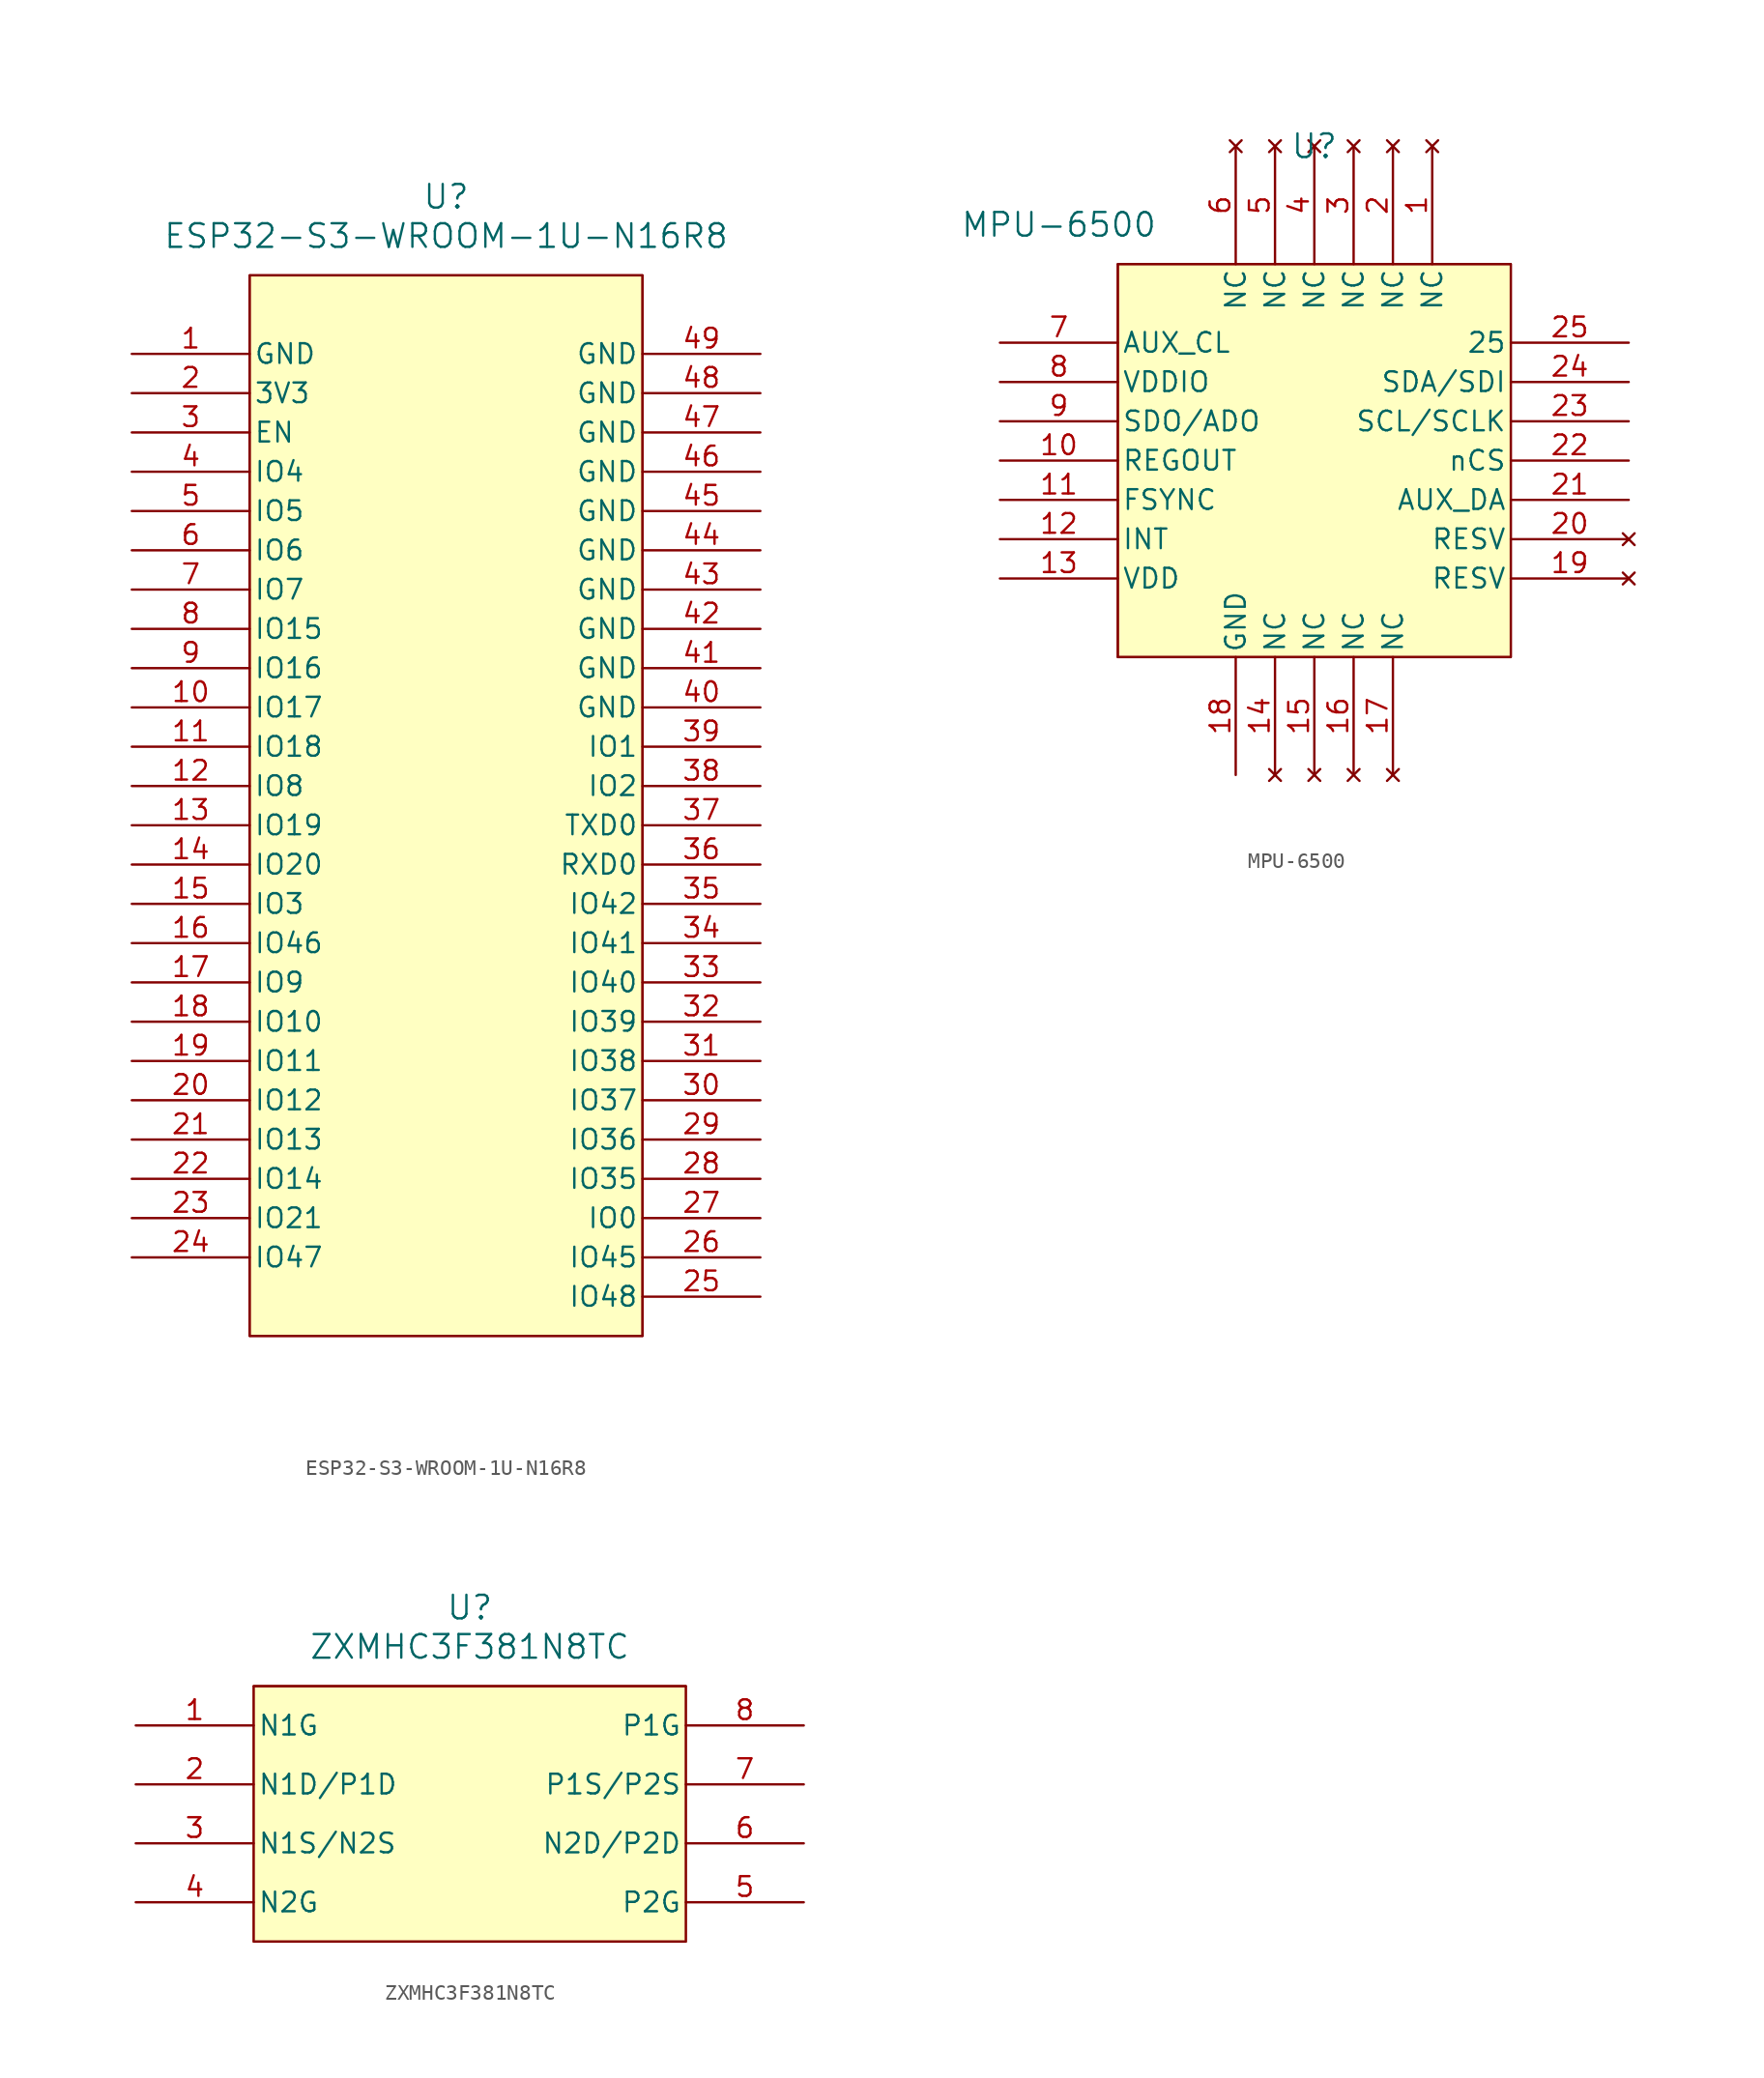
<source format=kicad_sym>
(kicad_symbol_lib
  (version 20220914)
  (generator kicad_symbol_editor)
  (symbol "ESP32-S3-WROOM-1U-N16R8"
    (pin_names
      (offset 0.254))
    (property "Reference" "U"
      (at 20.32 10.16 0)
      (effects (font (size 1.524 1.524))))
    (property "Value" "ESP32-S3-WROOM-1U-N16R8"
      (at 20.32 7.62 0)
      (effects (font (size 1.524 1.524))))
    (property "ki_locked" ""
      (at 0 0 0)
      (effects (font (size 1.27 1.27))))
    (symbol "ESP32-S3-WROOM-1U-N16R8_0_1"
      (polyline (pts (xy 7.62 -63.5) (xy 33.02 -63.5)) (stroke (width 0.127) (type default)) (fill (type none)))
      (polyline (pts (xy 7.62 5.08) (xy 7.62 -63.5)) (stroke (width 0.127) (type default)) (fill (type none)))
      (polyline (pts (xy 33.02 -63.5) (xy 33.02 5.08)) (stroke (width 0.127) (type default)) (fill (type none)))
      (polyline (pts (xy 33.02 5.08) (xy 7.62 5.08)) (stroke (width 0.127) (type default)) (fill (type none)))
      (pin power_out line (at 0 0 0) (length 7.62) (name "GND" (effects (font (size 1.27 1.27)))) (number "1" (effects (font (size 1.27 1.27)))))
      (pin bidirectional line (at 0 -22.86 0) (length 7.62) (name "IO17" (effects (font (size 1.27 1.27)))) (number "10" (effects (font (size 1.27 1.27)))))
      (pin bidirectional line (at 0 -25.4 0) (length 7.62) (name "IO18" (effects (font (size 1.27 1.27)))) (number "11" (effects (font (size 1.27 1.27)))))
      (pin bidirectional line (at 0 -27.94 0) (length 7.62) (name "IO8" (effects (font (size 1.27 1.27)))) (number "12" (effects (font (size 1.27 1.27)))))
      (pin bidirectional line (at 0 -30.48 0) (length 7.62) (name "IO19" (effects (font (size 1.27 1.27)))) (number "13" (effects (font (size 1.27 1.27)))))
      (pin bidirectional line (at 0 -33.02 0) (length 7.62) (name "IO20" (effects (font (size 1.27 1.27)))) (number "14" (effects (font (size 1.27 1.27)))))
      (pin bidirectional line (at 0 -35.56 0) (length 7.62) (name "IO3" (effects (font (size 1.27 1.27)))) (number "15" (effects (font (size 1.27 1.27)))))
      (pin bidirectional line (at 0 -38.1 0) (length 7.62) (name "IO46" (effects (font (size 1.27 1.27)))) (number "16" (effects (font (size 1.27 1.27)))))
      (pin bidirectional line (at 0 -40.64 0) (length 7.62) (name "IO9" (effects (font (size 1.27 1.27)))) (number "17" (effects (font (size 1.27 1.27)))))
      (pin bidirectional line (at 0 -43.18 0) (length 7.62) (name "IO10" (effects (font (size 1.27 1.27)))) (number "18" (effects (font (size 1.27 1.27)))))
      (pin bidirectional line (at 0 -45.72 0) (length 7.62) (name "IO11" (effects (font (size 1.27 1.27)))) (number "19" (effects (font (size 1.27 1.27)))))
      (pin power_in line (at 0 -2.54 0) (length 7.62) (name "3V3" (effects (font (size 1.27 1.27)))) (number "2" (effects (font (size 1.27 1.27)))))
      (pin bidirectional line (at 0 -48.26 0) (length 7.62) (name "IO12" (effects (font (size 1.27 1.27)))) (number "20" (effects (font (size 1.27 1.27)))))
      (pin bidirectional line (at 0 -50.8 0) (length 7.62) (name "IO13" (effects (font (size 1.27 1.27)))) (number "21" (effects (font (size 1.27 1.27)))))
      (pin bidirectional line (at 0 -53.34 0) (length 7.62) (name "IO14" (effects (font (size 1.27 1.27)))) (number "22" (effects (font (size 1.27 1.27)))))
      (pin bidirectional line (at 0 -55.88 0) (length 7.62) (name "IO21" (effects (font (size 1.27 1.27)))) (number "23" (effects (font (size 1.27 1.27)))))
      (pin bidirectional line (at 0 -58.42 0) (length 7.62) (name "IO47" (effects (font (size 1.27 1.27)))) (number "24" (effects (font (size 1.27 1.27)))))
      (pin bidirectional line (at 40.64 -60.96 180) (length 7.62) (name "IO48" (effects (font (size 1.27 1.27)))) (number "25" (effects (font (size 1.27 1.27)))))
      (pin bidirectional line (at 40.64 -58.42 180) (length 7.62) (name "IO45" (effects (font (size 1.27 1.27)))) (number "26" (effects (font (size 1.27 1.27)))))
      (pin bidirectional line (at 40.64 -55.88 180) (length 7.62) (name "IO0" (effects (font (size 1.27 1.27)))) (number "27" (effects (font (size 1.27 1.27)))))
      (pin bidirectional line (at 40.64 -53.34 180) (length 7.62) (name "IO35" (effects (font (size 1.27 1.27)))) (number "28" (effects (font (size 1.27 1.27)))))
      (pin bidirectional line (at 40.64 -50.8 180) (length 7.62) (name "IO36" (effects (font (size 1.27 1.27)))) (number "29" (effects (font (size 1.27 1.27)))))
      (pin input line (at 0 -5.08 0) (length 7.62) (name "EN" (effects (font (size 1.27 1.27)))) (number "3" (effects (font (size 1.27 1.27)))))
      (pin bidirectional line (at 40.64 -48.26 180) (length 7.62) (name "IO37" (effects (font (size 1.27 1.27)))) (number "30" (effects (font (size 1.27 1.27)))))
      (pin bidirectional line (at 40.64 -45.72 180) (length 7.62) (name "IO38" (effects (font (size 1.27 1.27)))) (number "31" (effects (font (size 1.27 1.27)))))
      (pin bidirectional line (at 40.64 -43.18 180) (length 7.62) (name "IO39" (effects (font (size 1.27 1.27)))) (number "32" (effects (font (size 1.27 1.27)))))
      (pin bidirectional line (at 40.64 -40.64 180) (length 7.62) (name "IO40" (effects (font (size 1.27 1.27)))) (number "33" (effects (font (size 1.27 1.27)))))
      (pin bidirectional line (at 40.64 -38.1 180) (length 7.62) (name "IO41" (effects (font (size 1.27 1.27)))) (number "34" (effects (font (size 1.27 1.27)))))
      (pin bidirectional line (at 40.64 -35.56 180) (length 7.62) (name "IO42" (effects (font (size 1.27 1.27)))) (number "35" (effects (font (size 1.27 1.27)))))
      (pin bidirectional line (at 40.64 -33.02 180) (length 7.62) (name "RXD0" (effects (font (size 1.27 1.27)))) (number "36" (effects (font (size 1.27 1.27)))))
      (pin bidirectional line (at 40.64 -30.48 180) (length 7.62) (name "TXD0" (effects (font (size 1.27 1.27)))) (number "37" (effects (font (size 1.27 1.27)))))
      (pin bidirectional line (at 40.64 -27.94 180) (length 7.62) (name "IO2" (effects (font (size 1.27 1.27)))) (number "38" (effects (font (size 1.27 1.27)))))
      (pin bidirectional line (at 40.64 -25.4 180) (length 7.62) (name "IO1" (effects (font (size 1.27 1.27)))) (number "39" (effects (font (size 1.27 1.27)))))
      (pin bidirectional line (at 0 -7.62 0) (length 7.62) (name "IO4" (effects (font (size 1.27 1.27)))) (number "4" (effects (font (size 1.27 1.27)))))
      (pin power_out line (at 40.64 -22.86 180) (length 7.62) (name "GND" (effects (font (size 1.27 1.27)))) (number "40" (effects (font (size 1.27 1.27)))))
      (pin power_out line (at 40.64 -17.78 180) (length 7.62) (name "GND" (effects (font (size 1.27 1.27)))) (number "42" (effects (font (size 1.27 1.27)))))
      (pin power_out line (at 40.64 -15.24 180) (length 7.62) (name "GND" (effects (font (size 1.27 1.27)))) (number "43" (effects (font (size 1.27 1.27)))))
      (pin power_out line (at 40.64 -12.7 180) (length 7.62) (name "GND" (effects (font (size 1.27 1.27)))) (number "44" (effects (font (size 1.27 1.27)))))
      (pin power_out line (at 40.64 -10.16 180) (length 7.62) (name "GND" (effects (font (size 1.27 1.27)))) (number "45" (effects (font (size 1.27 1.27)))))
      (pin power_out line (at 40.64 -7.62 180) (length 7.62) (name "GND" (effects (font (size 1.27 1.27)))) (number "46" (effects (font (size 1.27 1.27)))))
      (pin power_out line (at 40.64 -5.08 180) (length 7.62) (name "GND" (effects (font (size 1.27 1.27)))) (number "47" (effects (font (size 1.27 1.27)))))
      (pin power_out line (at 40.64 -2.54 180) (length 7.62) (name "GND" (effects (font (size 1.27 1.27)))) (number "48" (effects (font (size 1.27 1.27)))))
      (pin power_out line (at 40.64 0 180) (length 7.62) (name "GND" (effects (font (size 1.27 1.27)))) (number "49" (effects (font (size 1.27 1.27)))))
      (pin bidirectional line (at 0 -10.16 0) (length 7.62) (name "IO5" (effects (font (size 1.27 1.27)))) (number "5" (effects (font (size 1.27 1.27)))))
      (pin bidirectional line (at 0 -12.7 0) (length 7.62) (name "IO6" (effects (font (size 1.27 1.27)))) (number "6" (effects (font (size 1.27 1.27)))))
      (pin bidirectional line (at 0 -15.24 0) (length 7.62) (name "IO7" (effects (font (size 1.27 1.27)))) (number "7" (effects (font (size 1.27 1.27)))))
      (pin bidirectional line (at 0 -17.78 0) (length 7.62) (name "IO15" (effects (font (size 1.27 1.27)))) (number "8" (effects (font (size 1.27 1.27)))))
      (pin bidirectional line (at 0 -20.32 0) (length 7.62) (name "IO16" (effects (font (size 1.27 1.27)))) (number "9" (effects (font (size 1.27 1.27))))))
    (symbol "ESP32-S3-WROOM-1U-N16R8_1_1"
      (rectangle (start 7.62 5.08) (end 33.02 -63.5) (stroke (width 0) (type default)) (fill (type background)))
      (pin power_out line (at 40.64 -20.32 180) (length 7.62) (name "GND" (effects (font (size 1.27 1.27)))) (number "41" (effects (font (size 1.27 1.27)))))))
  (symbol "MPU-6500"
    (pin_names
      (offset 0.254))
    (property "Reference" "U"
      (at 30.48 10.16 0)
      (effects (font (size 1.524 1.524))))
    (property "Value" "MPU-6500"
      (at 13.97 5.08 0)
      (effects (font (size 1.524 1.524))))
    (property "ki_locked" ""
      (at 0 0 0)
      (effects (font (size 1.27 1.27))))
    (symbol "MPU-6500_0_1"
      (polyline (pts (xy 17.78 -22.86) (xy 43.18 -22.86)) (stroke (width 0.127) (type default)) (fill (type none)))
      (polyline (pts (xy 17.78 2.54) (xy 17.78 -22.86)) (stroke (width 0.127) (type default)) (fill (type none)))
      (polyline (pts (xy 43.18 -22.86) (xy 43.18 2.54)) (stroke (width 0.127) (type default)) (fill (type none)))
      (polyline (pts (xy 43.18 2.54) (xy 17.78 2.54)) (stroke (width 0.127) (type default)) (fill (type none)))
      (pin no_connect line (at 38.1 10.16 270) (length 7.62) (name "NC" (effects (font (size 1.27 1.27)))) (number "1" (effects (font (size 1.27 1.27)))))
      (pin unspecified line (at 10.16 -10.16 0) (length 7.62) (name "REGOUT" (effects (font (size 1.27 1.27)))) (number "10" (effects (font (size 1.27 1.27)))))
      (pin input line (at 10.16 -12.7 0) (length 7.62) (name "FSYNC" (effects (font (size 1.27 1.27)))) (number "11" (effects (font (size 1.27 1.27)))))
      (pin output line (at 10.16 -15.24 0) (length 7.62) (name "INT" (effects (font (size 1.27 1.27)))) (number "12" (effects (font (size 1.27 1.27)))))
      (pin power_in line (at 10.16 -17.78 0) (length 7.62) (name "VDD" (effects (font (size 1.27 1.27)))) (number "13" (effects (font (size 1.27 1.27)))))
      (pin no_connect line (at 27.94 -30.48 90) (length 7.62) (name "NC" (effects (font (size 1.27 1.27)))) (number "14" (effects (font (size 1.27 1.27)))))
      (pin no_connect line (at 30.48 -30.48 90) (length 7.62) (name "NC" (effects (font (size 1.27 1.27)))) (number "15" (effects (font (size 1.27 1.27)))))
      (pin no_connect line (at 33.02 -30.48 90) (length 7.62) (name "NC" (effects (font (size 1.27 1.27)))) (number "16" (effects (font (size 1.27 1.27)))))
      (pin no_connect line (at 35.56 -30.48 90) (length 7.62) (name "NC" (effects (font (size 1.27 1.27)))) (number "17" (effects (font (size 1.27 1.27)))))
      (pin power_out line (at 25.4 -30.48 90) (length 7.62) (name "GND" (effects (font (size 1.27 1.27)))) (number "18" (effects (font (size 1.27 1.27)))))
      (pin no_connect line (at 50.8 -17.78 180) (length 7.62) (name "RESV" (effects (font (size 1.27 1.27)))) (number "19" (effects (font (size 1.27 1.27)))))
      (pin no_connect line (at 35.56 10.16 270) (length 7.62) (name "NC" (effects (font (size 1.27 1.27)))) (number "2" (effects (font (size 1.27 1.27)))))
      (pin no_connect line (at 50.8 -15.24 180) (length 7.62) (name "RESV" (effects (font (size 1.27 1.27)))) (number "20" (effects (font (size 1.27 1.27)))))
      (pin unspecified line (at 50.8 -12.7 180) (length 7.62) (name "AUX_DA" (effects (font (size 1.27 1.27)))) (number "21" (effects (font (size 1.27 1.27)))))
      (pin unspecified line (at 50.8 -10.16 180) (length 7.62) (name "nCS" (effects (font (size 1.27 1.27)))) (number "22" (effects (font (size 1.27 1.27)))))
      (pin unspecified line (at 50.8 -7.62 180) (length 7.62) (name "SCL/SCLK" (effects (font (size 1.27 1.27)))) (number "23" (effects (font (size 1.27 1.27)))))
      (pin unspecified line (at 50.8 -5.08 180) (length 7.62) (name "SDA/SDI" (effects (font (size 1.27 1.27)))) (number "24" (effects (font (size 1.27 1.27)))))
      (pin unspecified line (at 50.8 -2.54 180) (length 7.62) (name "25" (effects (font (size 1.27 1.27)))) (number "25" (effects (font (size 1.27 1.27)))))
      (pin no_connect line (at 33.02 10.16 270) (length 7.62) (name "NC" (effects (font (size 1.27 1.27)))) (number "3" (effects (font (size 1.27 1.27)))))
      (pin no_connect line (at 30.48 10.16 270) (length 7.62) (name "NC" (effects (font (size 1.27 1.27)))) (number "4" (effects (font (size 1.27 1.27)))))
      (pin no_connect line (at 27.94 10.16 270) (length 7.62) (name "NC" (effects (font (size 1.27 1.27)))) (number "5" (effects (font (size 1.27 1.27)))))
      (pin no_connect line (at 25.4 10.16 270) (length 7.62) (name "NC" (effects (font (size 1.27 1.27)))) (number "6" (effects (font (size 1.27 1.27)))))
      (pin unspecified line (at 10.16 -2.54 0) (length 7.62) (name "AUX_CL" (effects (font (size 1.27 1.27)))) (number "7" (effects (font (size 1.27 1.27)))))
      (pin power_in line (at 10.16 -5.08 0) (length 7.62) (name "VDDIO" (effects (font (size 1.27 1.27)))) (number "8" (effects (font (size 1.27 1.27)))))
      (pin unspecified line (at 10.16 -7.62 0) (length 7.62) (name "SDO/ADO" (effects (font (size 1.27 1.27)))) (number "9" (effects (font (size 1.27 1.27))))))
    (symbol "MPU-6500_1_1"
      (rectangle (start 17.78 2.54) (end 43.18 -22.86) (stroke (width 0) (type default)) (fill (type background)))))
  (symbol "ZXMHC3F381N8TC"
    (pin_names
      (offset 0.254))
    (property "Reference" "U"
      (at 29.21 10.16 0)
      (effects (font (size 1.524 1.524))))
    (property "Value" "ZXMHC3F381N8TC"
      (at 29.21 7.62 0)
      (effects (font (size 1.524 1.524))))
    (symbol "ZXMHC3F381N8TC_0_1"
      (polyline (pts (xy 15.24 -11.43) (xy 43.18 -11.43)) (stroke (width 0.127) (type default)) (fill (type none)))
      (polyline (pts (xy 15.24 5.08) (xy 15.24 -11.43)) (stroke (width 0.127) (type default)) (fill (type none)))
      (polyline (pts (xy 43.18 -11.43) (xy 43.18 5.08)) (stroke (width 0.127) (type default)) (fill (type none)))
      (pin bidirectional line (at 7.62 2.54 0) (length 7.62) (name "N1G" (effects (font (size 1.27 1.27)))) (number "1" (effects (font (size 1.27 1.27)))))
      (pin bidirectional line (at 7.62 -1.27 0) (length 7.62) (name "N1D/P1D" (effects (font (size 1.27 1.27)))) (number "2" (effects (font (size 1.27 1.27)))))
      (pin bidirectional line (at 7.62 -5.08 0) (length 7.62) (name "N1S/N2S" (effects (font (size 1.27 1.27)))) (number "3" (effects (font (size 1.27 1.27)))))
      (pin bidirectional line (at 7.62 -8.89 0) (length 7.62) (name "N2G" (effects (font (size 1.27 1.27)))) (number "4" (effects (font (size 1.27 1.27)))))
      (pin unspecified line (at 50.8 -8.89 180) (length 7.62) (name "P2G" (effects (font (size 1.27 1.27)))) (number "5" (effects (font (size 1.27 1.27)))))
      (pin bidirectional line (at 50.8 -5.08 180) (length 7.62) (name "N2D/P2D" (effects (font (size 1.27 1.27)))) (number "6" (effects (font (size 1.27 1.27)))))
      (pin bidirectional line (at 50.8 -1.27 180) (length 7.62) (name "P1S/P2S" (effects (font (size 1.27 1.27)))) (number "7" (effects (font (size 1.27 1.27)))))
      (pin bidirectional line (at 50.8 2.54 180) (length 7.62) (name "P1G" (effects (font (size 1.27 1.27)))) (number "8" (effects (font (size 1.27 1.27))))))
    (symbol "ZXMHC3F381N8TC_1_1"
      (polyline (pts (xy 43.18 5.08) (xy 15.24 5.08)) (stroke (width 0.127) (type default)) (fill (type background)))
      (rectangle (start 15.24 5.08) (end 43.18 -11.43) (stroke (width 0) (type default) (color 255 255 194 1)) (fill (type none)))
      (rectangle (start 15.24 5.08) (end 43.18 -11.43) (stroke (width 0) (type default)) (fill (type background))))))
</source>
